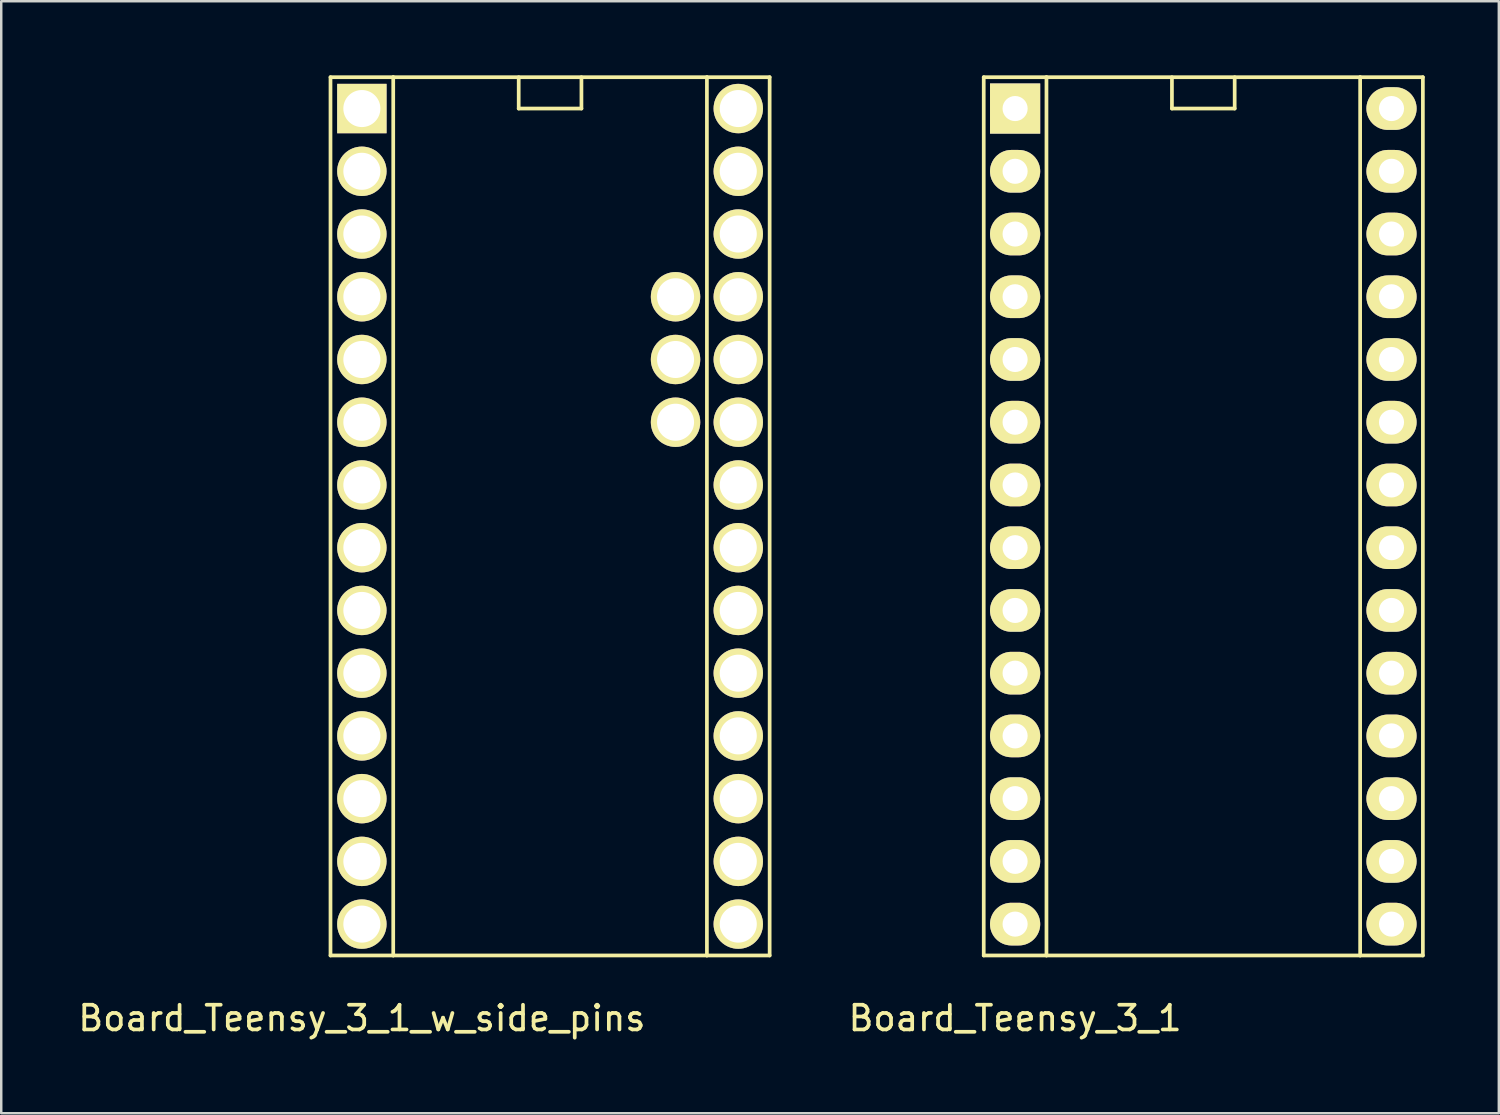
<source format=kicad_pcb>
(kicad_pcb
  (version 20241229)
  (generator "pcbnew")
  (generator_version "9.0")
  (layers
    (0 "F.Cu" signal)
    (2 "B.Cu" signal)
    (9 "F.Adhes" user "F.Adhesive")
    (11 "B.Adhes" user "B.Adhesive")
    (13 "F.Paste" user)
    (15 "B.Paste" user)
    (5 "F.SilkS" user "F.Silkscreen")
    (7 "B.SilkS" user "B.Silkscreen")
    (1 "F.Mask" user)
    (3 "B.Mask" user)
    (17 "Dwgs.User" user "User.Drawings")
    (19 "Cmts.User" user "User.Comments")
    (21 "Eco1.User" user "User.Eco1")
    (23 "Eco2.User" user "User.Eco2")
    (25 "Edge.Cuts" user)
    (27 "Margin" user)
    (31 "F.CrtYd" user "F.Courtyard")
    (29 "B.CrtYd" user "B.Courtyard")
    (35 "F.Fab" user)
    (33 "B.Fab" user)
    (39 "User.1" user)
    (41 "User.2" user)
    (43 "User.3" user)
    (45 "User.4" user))
  (footprint "Board_Teensy_3_1"
    (layer "F.Cu")
    (at 45.669 19.125)
    (property "Reference" "Board_Teensy_3_1" (at -7.62 19.05 0) (layer "F.SilkS") (effects (font (size 1 1) (thickness 0.15))))
    (attr through_hole)
    (fp_line (start -8.89 -19.05) (end -8.89 16.51) (stroke (width 0.15) (type solid)) (layer "F.SilkS"))
    (fp_line (start -8.89 16.51) (end -6.35 16.51) (stroke (width 0.15) (type solid)) (layer "F.SilkS"))
    (fp_line (start -6.35 -19.05) (end -8.89 -19.05) (stroke (width 0.15) (type solid)) (layer "F.SilkS"))
    (fp_line (start -6.35 -19.05) (end 6.35 -19.05) (stroke (width 0.15) (type solid)) (layer "F.SilkS"))
    (fp_line (start -6.35 16.51) (end -6.35 -19.05) (stroke (width 0.15) (type solid)) (layer "F.SilkS"))
    (fp_line (start -6.35 16.51) (end 6.35 16.51) (stroke (width 0.15) (type solid)) (layer "F.SilkS"))
    (fp_line (start -1.27 -19.05) (end -1.27 -17.78) (stroke (width 0.15) (type solid)) (layer "F.SilkS"))
    (fp_line (start -1.27 -17.78) (end 1.27 -17.78) (stroke (width 0.15) (type solid)) (layer "F.SilkS"))
    (fp_line (start 1.27 -17.78) (end 1.27 -19.05) (stroke (width 0.15) (type solid)) (layer "F.SilkS"))
    (fp_line (start 6.35 -19.05) (end 6.35 16.51) (stroke (width 0.15) (type solid)) (layer "F.SilkS"))
    (fp_line (start 6.35 16.51) (end 8.89 16.51) (stroke (width 0.15) (type solid)) (layer "F.SilkS"))
    (fp_line (start 8.89 -19.05) (end 6.35 -19.05) (stroke (width 0.15) (type solid)) (layer "F.SilkS"))
    (fp_line (start 8.89 16.51) (end 8.89 -19.05) (stroke (width 0.15) (type solid)) (layer "F.SilkS"))
    (pad "1" thru_hole rect (at -7.62 -17.78) (size 2.032 2.032) (drill 1.016) (layers "*.Cu" "*.Mask" "F.SilkS"))
    (pad "2" thru_hole oval (at -7.62 -15.24) (size 2.032 1.727) (drill 1.016) (layers "*.Cu" "*.Mask" "F.SilkS"))
    (pad "3" thru_hole oval (at -7.62 -12.7) (size 2.032 1.727) (drill 1.016) (layers "*.Cu" "*.Mask" "F.SilkS"))
    (pad "4" thru_hole oval (at -7.62 -10.16) (size 2.032 1.727) (drill 1.016) (layers "*.Cu" "*.Mask" "F.SilkS"))
    (pad "5" thru_hole oval (at -7.62 -7.62) (size 2.032 1.727) (drill 1.016) (layers "*.Cu" "*.Mask" "F.SilkS"))
    (pad "6" thru_hole oval (at -7.62 -5.08) (size 2.032 1.727) (drill 1.016) (layers "*.Cu" "*.Mask" "F.SilkS"))
    (pad "7" thru_hole oval (at -7.62 -2.54) (size 2.032 1.727) (drill 1.016) (layers "*.Cu" "*.Mask" "F.SilkS"))
    (pad "8" thru_hole oval (at -7.62 0) (size 2.032 1.727) (drill 1.016) (layers "*.Cu" "*.Mask" "F.SilkS"))
    (pad "9" thru_hole oval (at -7.62 2.54) (size 2.032 1.727) (drill 1.016) (layers "*.Cu" "*.Mask" "F.SilkS"))
    (pad "10" thru_hole oval (at -7.62 5.08) (size 2.032 1.727) (drill 1.016) (layers "*.Cu" "*.Mask" "F.SilkS"))
    (pad "11" thru_hole oval (at -7.62 7.62) (size 2.032 1.727) (drill 1.016) (layers "*.Cu" "*.Mask" "F.SilkS"))
    (pad "12" thru_hole oval (at -7.62 10.16) (size 2.032 1.727) (drill 1.016) (layers "*.Cu" "*.Mask" "F.SilkS"))
    (pad "13" thru_hole oval (at -7.62 12.7) (size 2.032 1.727) (drill 1.016) (layers "*.Cu" "*.Mask" "F.SilkS"))
    (pad "14" thru_hole oval (at -7.62 15.24) (size 2.032 1.727) (drill 1.016) (layers "*.Cu" "*.Mask" "F.SilkS"))
    (pad "15" thru_hole oval (at 7.62 15.24) (size 2.032 1.727) (drill 1.016) (layers "*.Cu" "*.Mask" "F.SilkS"))
    (pad "16" thru_hole oval (at 7.62 12.7) (size 2.032 1.727) (drill 1.016) (layers "*.Cu" "*.Mask" "F.SilkS"))
    (pad "17" thru_hole oval (at 7.62 10.16) (size 2.032 1.727) (drill 1.016) (layers "*.Cu" "*.Mask" "F.SilkS"))
    (pad "18" thru_hole oval (at 7.62 7.62) (size 2.032 1.727) (drill 1.016) (layers "*.Cu" "*.Mask" "F.SilkS"))
    (pad "19" thru_hole oval (at 7.62 5.08) (size 2.032 1.727) (drill 1.016) (layers "*.Cu" "*.Mask" "F.SilkS"))
    (pad "20" thru_hole oval (at 7.62 2.54) (size 2.032 1.727) (drill 1.016) (layers "*.Cu" "*.Mask" "F.SilkS"))
    (pad "21" thru_hole oval (at 7.62 0) (size 2.032 1.727) (drill 1.016) (layers "*.Cu" "*.Mask" "F.SilkS"))
    (pad "22" thru_hole oval (at 7.62 -2.54) (size 2.032 1.727) (drill 1.016) (layers "*.Cu" "*.Mask" "F.SilkS"))
    (pad "23" thru_hole oval (at 7.62 -5.08) (size 2.032 1.727) (drill 1.016) (layers "*.Cu" "*.Mask" "F.SilkS"))
    (pad "24" thru_hole oval (at 7.62 -7.62) (size 2.032 1.727) (drill 1.016) (layers "*.Cu" "*.Mask" "F.SilkS"))
    (pad "25" thru_hole oval (at 7.62 -10.16) (size 2.032 1.727) (drill 1.016) (layers "*.Cu" "*.Mask" "F.SilkS"))
    (pad "26" thru_hole oval (at 7.62 -12.7) (size 2.032 1.727) (drill 1.016) (layers "*.Cu" "*.Mask" "F.SilkS"))
    (pad "27" thru_hole oval (at 7.62 -15.24) (size 2.032 1.727) (drill 1.016) (layers "*.Cu" "*.Mask" "F.SilkS"))
    (pad "28" thru_hole oval (at 7.62 -17.78) (size 2.032 1.727) (drill 1.016) (layers "*.Cu" "*.Mask" "F.SilkS")))
  (footprint "Board_Teensy_3_1_w_side_pins"
    (layer "F.Cu")
    (at 19.221 19.125)
    (property "Reference" "Board_Teensy_3_1_w_side_pins" (at -7.62 19.05 0) (layer "F.SilkS") (effects (font (size 1 1) (thickness 0.15))))
    (attr through_hole)
    (fp_line (start -8.89 -19.05) (end -8.89 16.51) (stroke (width 0.15) (type solid)) (layer "F.SilkS"))
    (fp_line (start -8.89 16.51) (end -6.35 16.51) (stroke (width 0.15) (type solid)) (layer "F.SilkS"))
    (fp_line (start -6.35 -19.05) (end -8.89 -19.05) (stroke (width 0.15) (type solid)) (layer "F.SilkS"))
    (fp_line (start -6.35 -19.05) (end 6.35 -19.05) (stroke (width 0.15) (type solid)) (layer "F.SilkS"))
    (fp_line (start -6.35 16.51) (end -6.35 -19.05) (stroke (width 0.15) (type solid)) (layer "F.SilkS"))
    (fp_line (start -6.35 16.51) (end 6.35 16.51) (stroke (width 0.15) (type solid)) (layer "F.SilkS"))
    (fp_line (start -1.27 -19.05) (end -1.27 -17.78) (stroke (width 0.15) (type solid)) (layer "F.SilkS"))
    (fp_line (start -1.27 -17.78) (end 1.27 -17.78) (stroke (width 0.15) (type solid)) (layer "F.SilkS"))
    (fp_line (start 1.27 -17.78) (end 1.27 -19.05) (stroke (width 0.15) (type solid)) (layer "F.SilkS"))
    (fp_line (start 6.35 -19.05) (end 6.35 16.51) (stroke (width 0.15) (type solid)) (layer "F.SilkS"))
    (fp_line (start 6.35 16.51) (end 8.89 16.51) (stroke (width 0.15) (type solid)) (layer "F.SilkS"))
    (fp_line (start 8.89 -19.05) (end 6.35 -19.05) (stroke (width 0.15) (type solid)) (layer "F.SilkS"))
    (fp_line (start 8.89 16.51) (end 8.89 -19.05) (stroke (width 0.15) (type solid)) (layer "F.SilkS"))
    (pad "1" thru_hole rect (at -7.62 -17.78) (size 2 2) (drill 1.5) (layers "*.Cu" "*.Mask" "F.SilkS"))
    (pad "2" thru_hole circle (at -7.62 -15.24) (size 2 2) (drill 1.5) (layers "*.Cu" "*.Mask" "F.SilkS"))
    (pad "3" thru_hole circle (at -7.62 -12.7) (size 2 2) (drill 1.5) (layers "*.Cu" "*.Mask" "F.SilkS"))
    (pad "4" thru_hole circle (at -7.62 -10.16) (size 2 2) (drill 1.5) (layers "*.Cu" "*.Mask" "F.SilkS"))
    (pad "5" thru_hole circle (at -7.62 -7.62) (size 2 2) (drill 1.5) (layers "*.Cu" "*.Mask" "F.SilkS"))
    (pad "6" thru_hole circle (at -7.62 -5.08) (size 2 2) (drill 1.5) (layers "*.Cu" "*.Mask" "F.SilkS"))
    (pad "7" thru_hole circle (at -7.62 -2.54) (size 2 2) (drill 1.5) (layers "*.Cu" "*.Mask" "F.SilkS"))
    (pad "8" thru_hole circle (at -7.62 0) (size 2 2) (drill 1.5) (layers "*.Cu" "*.Mask" "F.SilkS"))
    (pad "9" thru_hole circle (at -7.62 2.54) (size 2 2) (drill 1.5) (layers "*.Cu" "*.Mask" "F.SilkS"))
    (pad "10" thru_hole circle (at -7.62 5.08) (size 2 2) (drill 1.5) (layers "*.Cu" "*.Mask" "F.SilkS"))
    (pad "11" thru_hole circle (at -7.62 7.62) (size 2 2) (drill 1.5) (layers "*.Cu" "*.Mask" "F.SilkS"))
    (pad "12" thru_hole circle (at -7.62 10.16) (size 2 2) (drill 1.5) (layers "*.Cu" "*.Mask" "F.SilkS"))
    (pad "13" thru_hole circle (at -7.62 12.7) (size 2 2) (drill 1.5) (layers "*.Cu" "*.Mask" "F.SilkS"))
    (pad "14" thru_hole circle (at -7.62 15.24) (size 2 2) (drill 1.5) (layers "*.Cu" "*.Mask" "F.SilkS"))
    (pad "15" thru_hole circle (at 7.62 15.24) (size 2 2) (drill 1.5) (layers "*.Cu" "*.Mask" "F.SilkS"))
    (pad "16" thru_hole circle (at 7.62 12.7) (size 2 2) (drill 1.5) (layers "*.Cu" "*.Mask" "F.SilkS"))
    (pad "17" thru_hole circle (at 7.62 10.16) (size 2 2) (drill 1.5) (layers "*.Cu" "*.Mask" "F.SilkS"))
    (pad "18" thru_hole circle (at 7.62 7.62) (size 2 2) (drill 1.5) (layers "*.Cu" "*.Mask" "F.SilkS"))
    (pad "19" thru_hole circle (at 7.62 5.08) (size 2 2) (drill 1.5) (layers "*.Cu" "*.Mask" "F.SilkS"))
    (pad "20" thru_hole circle (at 7.62 2.54) (size 2 2) (drill 1.5) (layers "*.Cu" "*.Mask" "F.SilkS"))
    (pad "21" thru_hole circle (at 7.62 0) (size 2 2) (drill 1.5) (layers "*.Cu" "*.Mask" "F.SilkS"))
    (pad "22" thru_hole circle (at 7.62 -2.54) (size 2 2) (drill 1.5) (layers "*.Cu" "*.Mask" "F.SilkS"))
    (pad "23" thru_hole circle (at 7.62 -5.08) (size 2 2) (drill 1.5) (layers "*.Cu" "*.Mask" "F.SilkS"))
    (pad "24" thru_hole circle (at 7.62 -7.62) (size 2 2) (drill 1.5) (layers "*.Cu" "*.Mask" "F.SilkS"))
    (pad "25" thru_hole circle (at 7.62 -10.16) (size 2 2) (drill 1.5) (layers "*.Cu" "*.Mask" "F.SilkS"))
    (pad "26" thru_hole circle (at 7.62 -12.7) (size 2 2) (drill 1.5) (layers "*.Cu" "*.Mask" "F.SilkS"))
    (pad "27" thru_hole circle (at 7.62 -15.24) (size 2 2) (drill 1.5) (layers "*.Cu" "*.Mask" "F.SilkS"))
    (pad "28" thru_hole circle (at 7.62 -17.78) (size 2 2) (drill 1.5) (layers "*.Cu" "*.Mask" "F.SilkS"))
    (pad "34" thru_hole circle (at 5.08 -5.08) (size 2 2) (drill 1.5) (layers "*.Cu" "*.Mask" "F.SilkS"))
    (pad "35" thru_hole circle (at 5.08 -7.62) (size 2 2) (drill 1.5) (layers "*.Cu" "*.Mask" "F.SilkS"))
    (pad "36" thru_hole circle (at 5.08 -10.16) (size 2 2) (drill 1.5) (layers "*.Cu" "*.Mask" "F.SilkS")))
  (gr_rect
    (start -3 -3)
    (end 57.634 42.023)
    (stroke (width 0.1) (type default))
    (fill no)
    (layer "Edge.Cuts")))
</source>
